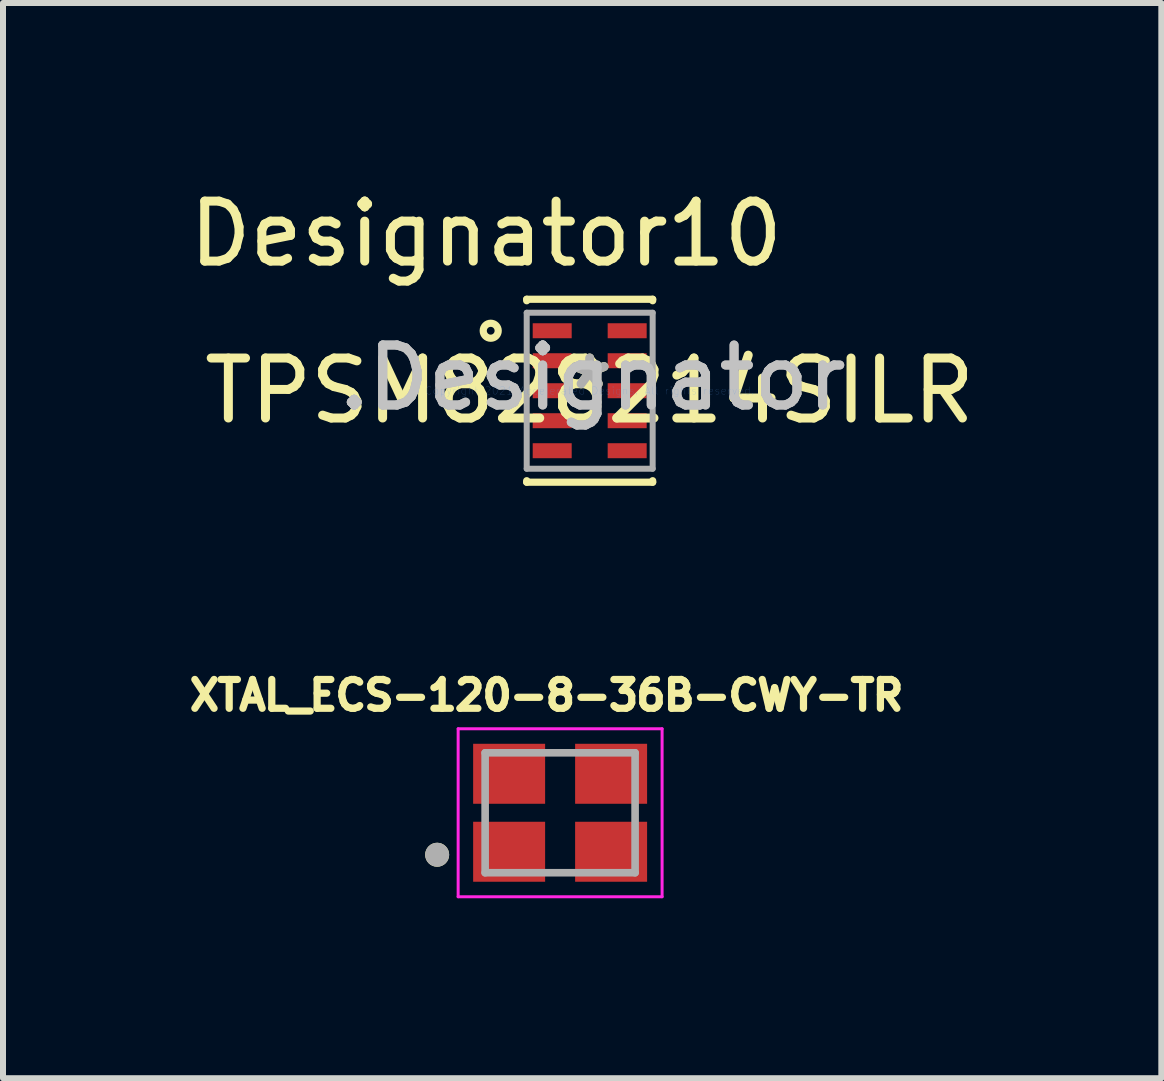
<source format=kicad_pcb>
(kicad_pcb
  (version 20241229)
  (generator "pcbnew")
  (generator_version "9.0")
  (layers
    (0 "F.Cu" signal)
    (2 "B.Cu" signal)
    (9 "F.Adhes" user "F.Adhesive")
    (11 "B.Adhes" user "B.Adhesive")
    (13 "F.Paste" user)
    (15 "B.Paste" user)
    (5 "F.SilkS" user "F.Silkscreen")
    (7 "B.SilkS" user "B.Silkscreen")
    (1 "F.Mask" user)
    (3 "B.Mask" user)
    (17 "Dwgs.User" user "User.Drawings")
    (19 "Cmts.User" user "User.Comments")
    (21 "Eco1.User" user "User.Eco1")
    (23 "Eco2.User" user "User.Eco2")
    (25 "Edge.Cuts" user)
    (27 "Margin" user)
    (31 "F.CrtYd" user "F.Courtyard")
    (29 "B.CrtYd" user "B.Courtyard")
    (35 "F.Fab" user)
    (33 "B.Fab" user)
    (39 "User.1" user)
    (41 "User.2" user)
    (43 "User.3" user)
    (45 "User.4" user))
  (footprint "XTAL_ECS-120-8-36B-CWY-TR"
    (layer "F.Cu")
    (at 6.288 10.5)
    (property "Reference" "XTAL_ECS-120-8-36B-CWY-TR" (at -0.226 -1.958 0) (layer "F.SilkS") (effects (font (size 0.481 0.481) (thickness 0.15))))
    (attr through_hole)
    (fp_circle (center -2.05 0.7) (end -1.95 0.7) (stroke (width 0.2) (type solid)) (fill no) (layer "F.SilkS"))
    (fp_line (start -1.7 -1.4) (end -1.7 1.4) (stroke (width 0.05) (type solid)) (layer "F.CrtYd"))
    (fp_line (start -1.7 1.4) (end 1.7 1.4) (stroke (width 0.05) (type solid)) (layer "F.CrtYd"))
    (fp_line (start 1.7 -1.4) (end -1.7 -1.4) (stroke (width 0.05) (type solid)) (layer "F.CrtYd"))
    (fp_line (start 1.7 1.4) (end 1.7 -1.4) (stroke (width 0.05) (type solid)) (layer "F.CrtYd"))
    (fp_line (start -1.25 -1) (end -1.25 1) (stroke (width 0.127) (type solid)) (layer "F.Fab"))
    (fp_line (start -1.25 1) (end 1.25 1) (stroke (width 0.127) (type solid)) (layer "F.Fab"))
    (fp_line (start 1.25 -1) (end -1.25 -1) (stroke (width 0.127) (type solid)) (layer "F.Fab"))
    (fp_line (start 1.25 1) (end 1.25 -1) (stroke (width 0.127) (type solid)) (layer "F.Fab"))
    (fp_circle (center -2.05 0.7) (end -1.95 0.7) (stroke (width 0.2) (type solid)) (fill no) (layer "F.Fab"))
    (pad "1" smd rect (at -0.85 0.65) (size 1.2 1) (layers "F.Cu" "F.Mask" "F.Paste"))
    (pad "2" smd rect (at 0.85 0.65) (size 1.2 1) (layers "F.Cu" "F.Mask" "F.Paste"))
    (pad "3" smd rect (at 0.85 -0.65) (size 1.2 1) (layers "F.Cu" "F.Mask" "F.Paste"))
    (pad "4" smd rect (at -0.85 -0.65) (size 1.2 1) (layers "F.Cu" "F.Mask" "F.Paste")))
  (footprint "TPSM828214SILR"
    (layer "F.Cu")
    (at 6.781 3.464)
    (property "Reference" "TPSM828214SILR" (at 0 0 0) (layer "F.SilkS") (effects (font (size 1 1) (thickness 0.15))))
    (attr through_hole)
    (fp_line (start -1.05 -1.525) (end 1.05 -1.525) (stroke (width 0.12) (type solid)) (layer "F.SilkS"))
    (fp_line (start -1.05 -1.5) (end -1.05 -1.525) (stroke (width 0.12) (type solid)) (layer "F.SilkS"))
    (fp_line (start -1.05 1.525) (end -1.05 1.5) (stroke (width 0.12) (type solid)) (layer "F.SilkS"))
    (fp_line (start -1.05 1.525) (end 1.05 1.525) (stroke (width 0.12) (type solid)) (layer "F.SilkS"))
    (fp_line (start 1.05 -1.5) (end 1.05 -1.525) (stroke (width 0.12) (type solid)) (layer "F.SilkS"))
    (fp_line (start 1.05 1.525) (end 1.05 1.5) (stroke (width 0.12) (type solid)) (layer "F.SilkS"))
    (fp_circle (center -1.65 -1) (end -1.525 -1) (stroke (width 0.12) (type solid)) (fill no) (layer "F.SilkS"))
    (fp_line (start -1.05 -1.3) (end 1.05 -1.3) (stroke (width 0.1) (type solid)) (layer "F.Fab"))
    (fp_line (start -1.05 1.3) (end -1.05 -1.3) (stroke (width 0.1) (type solid)) (layer "F.Fab"))
    (fp_line (start -1.05 1.3) (end 1.05 1.3) (stroke (width 0.1) (type solid)) (layer "F.Fab"))
    (fp_line (start 1.05 1.3) (end 1.05 -1.3) (stroke (width 0.1) (type solid)) (layer "F.Fab"))
    (fp_text user "*" (at 0 0 0) (layer "F.SilkS") (effects (font (size 1 1) (thickness 0.15))))
    (fp_text user "Designator10" (at -1.727 -2.616 0) (layer "F.SilkS") (effects (font (size 1 1) (thickness 0.15))))
    (fp_text user ".Designator" (at 0.05 -0.217 0) (layer "Dwgs.User") (effects (font (size 1 1) (thickness 0.15))))
    (fp_text user "Copyright 2021 Accelerated Designs. All rights reserved." (at 0 0 0) (layer "Cmts.User") (effects (font (size 0.127 0.127) (thickness 0.002))))
    (fp_text user ".Designator" (at 0.05 -0.217 0) (layer "F.Fab") (effects (font (size 1 1) (thickness 0.15))))
    (fp_text user "*" (at 0 0 0) (layer "F.Fab") (effects (font (size 1 1) (thickness 0.15))))
    (pad "1" smd rect (at -0.625 -1) (size 0.65 0.25) (layers "F.Cu" "F.Mask" "F.Paste"))
    (pad "2" smd rect (at -0.625 -0.5) (size 0.65 0.25) (layers "F.Cu" "F.Mask" "F.Paste"))
    (pad "3" smd rect (at -0.625 0) (size 0.65 0.25) (layers "F.Cu" "F.Mask" "F.Paste"))
    (pad "4" smd rect (at -0.625 0.5) (size 0.65 0.25) (layers "F.Cu" "F.Mask" "F.Paste"))
    (pad "5" smd rect (at -0.625 1) (size 0.65 0.25) (layers "F.Cu" "F.Mask" "F.Paste"))
    (pad "6" smd rect (at 0.625 1) (size 0.65 0.25) (layers "F.Cu" "F.Mask" "F.Paste"))
    (pad "7" smd rect (at 0.625 0.5) (size 0.65 0.25) (layers "F.Cu" "F.Mask" "F.Paste"))
    (pad "8" smd rect (at 0.625 0) (size 0.65 0.25) (layers "F.Cu" "F.Mask" "F.Paste"))
    (pad "9" smd rect (at 0.625 -0.5) (size 0.65 0.25) (layers "F.Cu" "F.Mask" "F.Paste"))
    (pad "10" smd rect (at 0.625 -1) (size 0.65 0.25) (layers "F.Cu" "F.Mask" "F.Paste")))
  (gr_rect
    (start -3 -3)
    (end 16.311 14.925)
    (stroke (width 0.1) (type default))
    (fill no)
    (layer "Edge.Cuts")))
</source>
